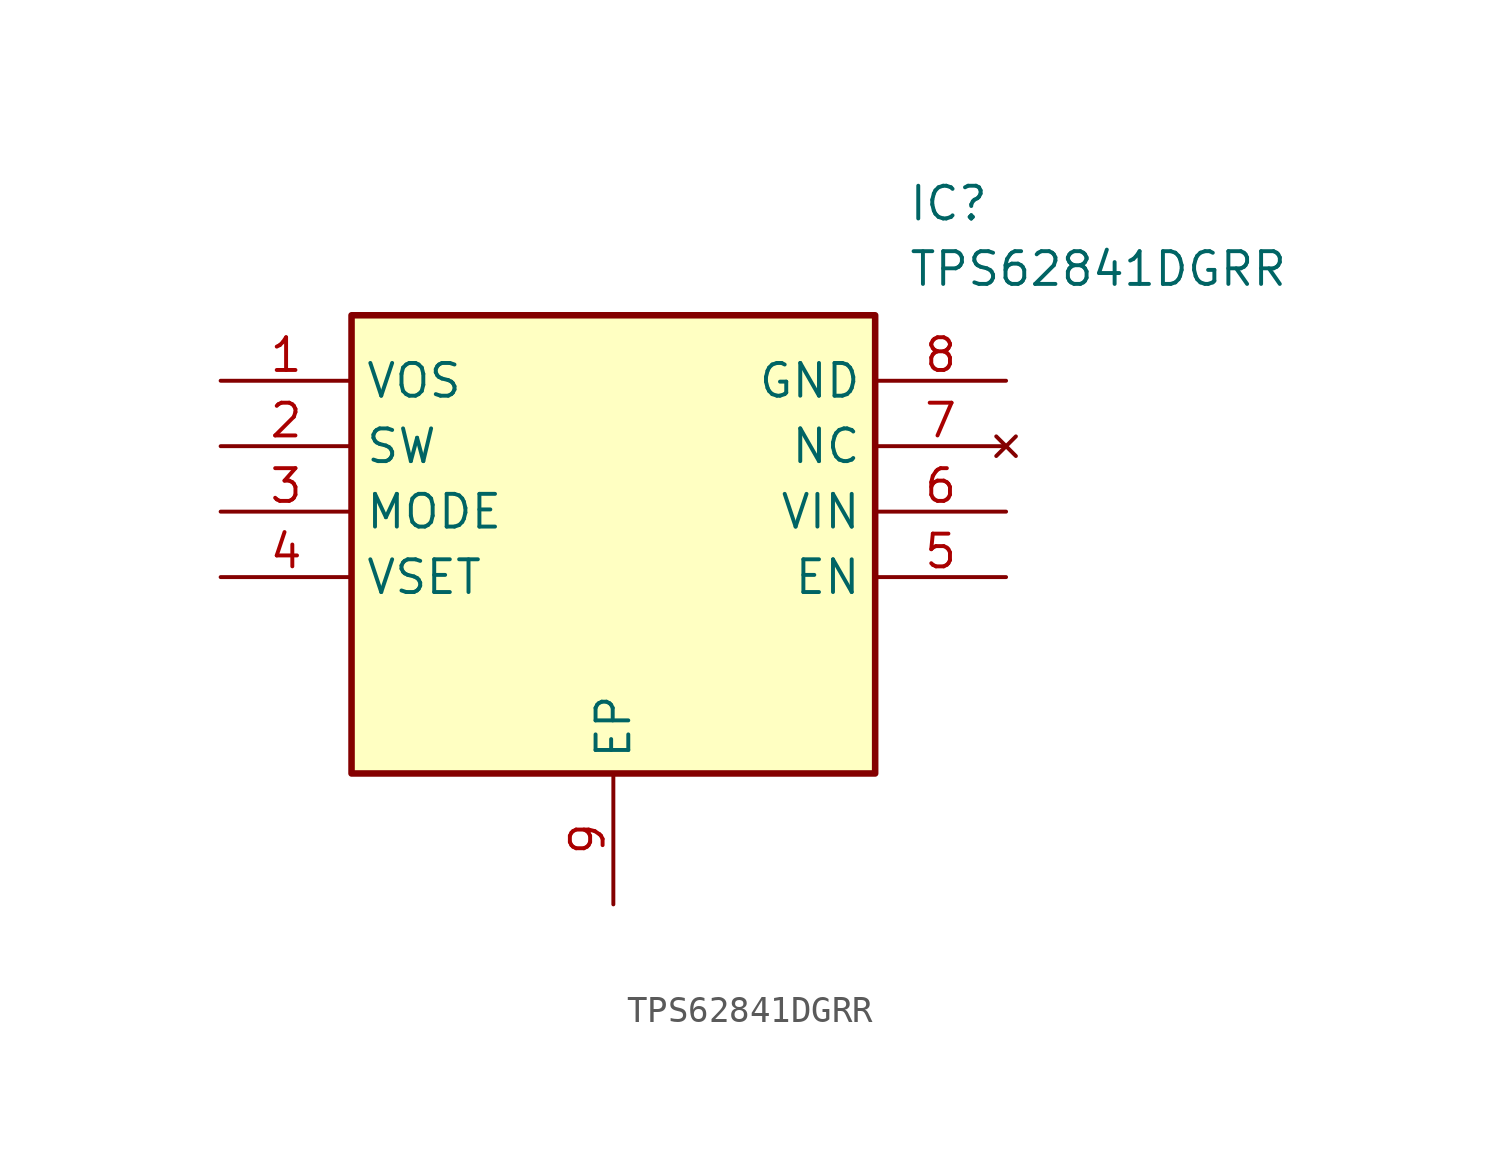
<source format=kicad_sym>
(kicad_symbol_lib
  (version 20211014)
  (generator SamacSys_ECAD_Model)
  (symbol "TPS62841DGRR"
    (property "Reference" "IC"
      (at 26.67 7.62 0)
      (effects (font (size 1.27 1.27)) (justify left top)))
    (property "Value" "TPS62841DGRR"
      (at 26.67 5.08 0)
      (effects (font (size 1.27 1.27)) (justify left top)))
    (rectangle
      (start 5.08 2.54)
      (end 25.4 -15.24)
      (stroke (width 0.254) (type default))
      (fill (type background)))
    (pin passive line
      (at 0 0 0)
      (length 5.08)
      (name "VOS" (effects (font (size 1.27 1.27))))
      (number "1" (effects (font (size 1.27 1.27)))))
    (pin passive line
      (at 0 -2.54 0)
      (length 5.08)
      (name "SW" (effects (font (size 1.27 1.27))))
      (number "2" (effects (font (size 1.27 1.27)))))
    (pin passive line
      (at 0 -5.08 0)
      (length 5.08)
      (name "MODE" (effects (font (size 1.27 1.27))))
      (number "3" (effects (font (size 1.27 1.27)))))
    (pin passive line
      (at 0 -7.62 0)
      (length 5.08)
      (name "VSET" (effects (font (size 1.27 1.27))))
      (number "4" (effects (font (size 1.27 1.27)))))
    (pin passive line
      (at 15.24 -20.32 90)
      (length 5.08)
      (name "EP" (effects (font (size 1.27 1.27))))
      (number "9" (effects (font (size 1.27 1.27)))))
    (pin passive line
      (at 30.48 0 180)
      (length 5.08)
      (name "GND" (effects (font (size 1.27 1.27))))
      (number "8" (effects (font (size 1.27 1.27)))))
    (pin no_connect line
      (at 30.48 -2.54 180)
      (length 5.08)
      (name "NC" (effects (font (size 1.27 1.27))))
      (number "7" (effects (font (size 1.27 1.27)))))
    (pin passive line
      (at 30.48 -5.08 180)
      (length 5.08)
      (name "VIN" (effects (font (size 1.27 1.27))))
      (number "6" (effects (font (size 1.27 1.27)))))
    (pin passive line
      (at 30.48 -7.62 180)
      (length 5.08)
      (name "EN" (effects (font (size 1.27 1.27))))
      (number "5" (effects (font (size 1.27 1.27)))))))
</source>
